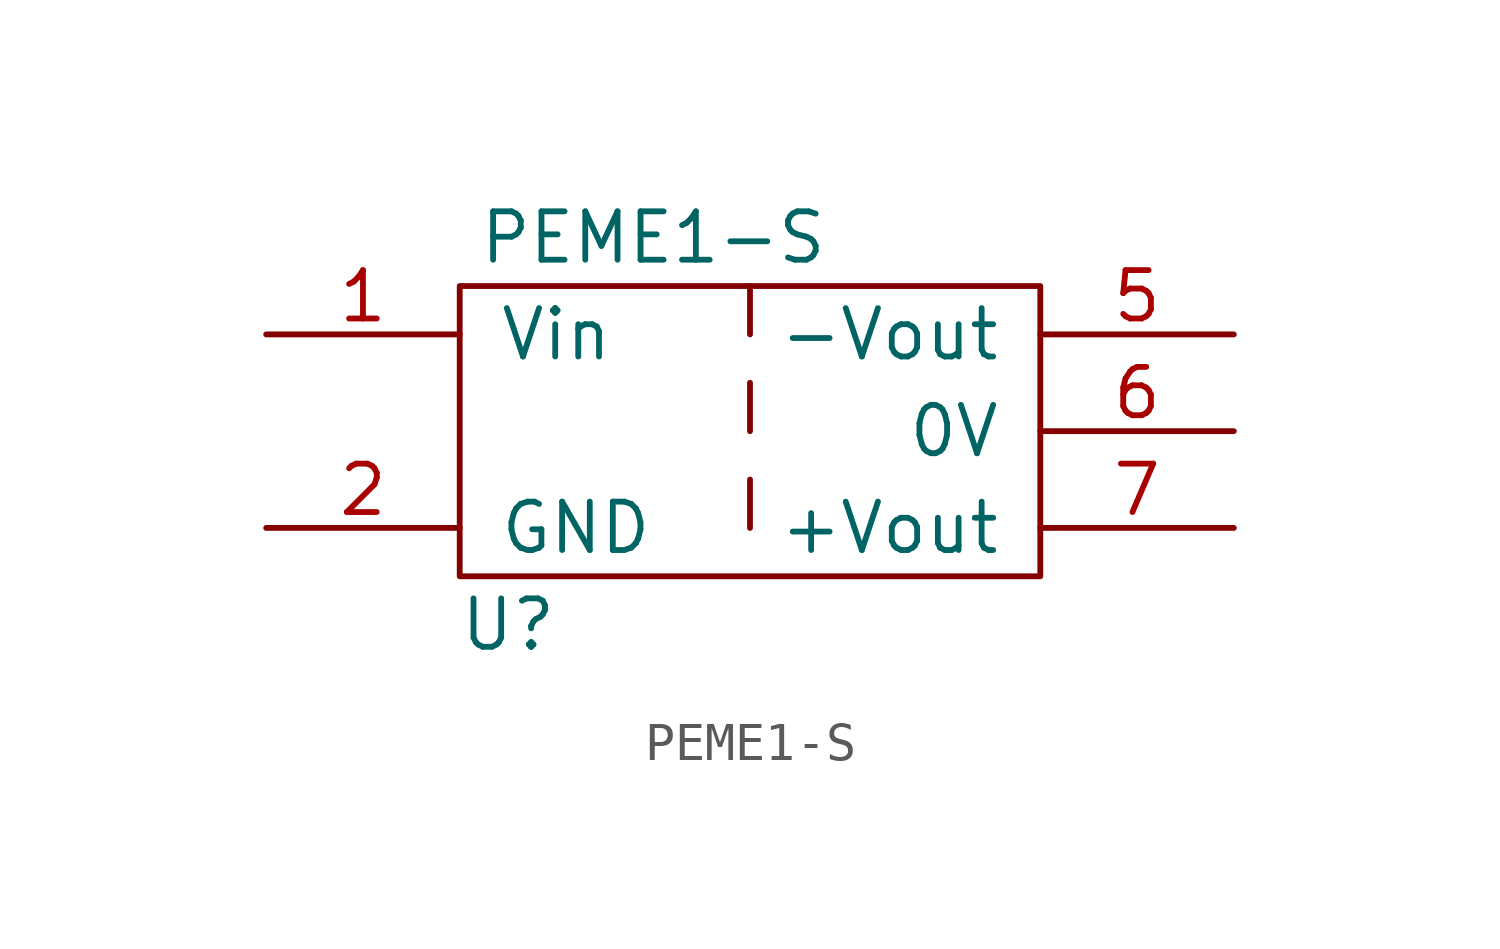
<source format=kicad_sym>
(kicad_symbol_lib
  (version 20211014)
  (generator kicad_symbol_editor)
  (symbol "PEME1-S"
    (pin_names
      (offset 1.016))
    (property "Reference" "U"
      (at -6.35 -5.08 0)
      (effects (font (size 1.27 1.27))))
    (property "Value" "PEME1-S"
      (at -2.54 5.08 0)
      (effects (font (size 1.27 1.27))))
    (symbol "PEME1-S_0_1"
      (polyline (pts (xy 0 -1.27) (xy 0 -2.54)) (stroke (width 0) (type default) (color 0 0 0 0)) (fill (type none)))
      (polyline (pts (xy 0 1.27) (xy 0 0)) (stroke (width 0) (type default) (color 0 0 0 0)) (fill (type none)))
      (polyline (pts (xy 0 3.81) (xy 0 2.54)) (stroke (width 0) (type default) (color 0 0 0 0)) (fill (type none)))
      (rectangle (start 7.62 3.81) (end -7.62 -3.81) (stroke (width 0) (type default) (color 0 0 0 0)) (fill (type none))))
    (symbol "PEME1-S_1_1"
      (pin power_in line (at -12.7 2.54 0) (length 5.08) (name "Vin" (effects (font (size 1.27 1.27)))) (number "1" (effects (font (size 1.27 1.27)))))
      (pin power_in line (at -12.7 -2.54 0) (length 5.08) (name "GND" (effects (font (size 1.27 1.27)))) (number "2" (effects (font (size 1.27 1.27)))))
      (pin power_out line (at 12.7 2.54 180) (length 5.08) (name "-Vout" (effects (font (size 1.27 1.27)))) (number "5" (effects (font (size 1.27 1.27)))))
      (pin power_out line (at 12.7 0 180) (length 5.08) (name "0V" (effects (font (size 1.27 1.27)))) (number "6" (effects (font (size 1.27 1.27)))))
      (pin power_out line (at 12.7 -2.54 180) (length 5.08) (name "+Vout" (effects (font (size 1.27 1.27)))) (number "7" (effects (font (size 1.27 1.27))))))))
</source>
